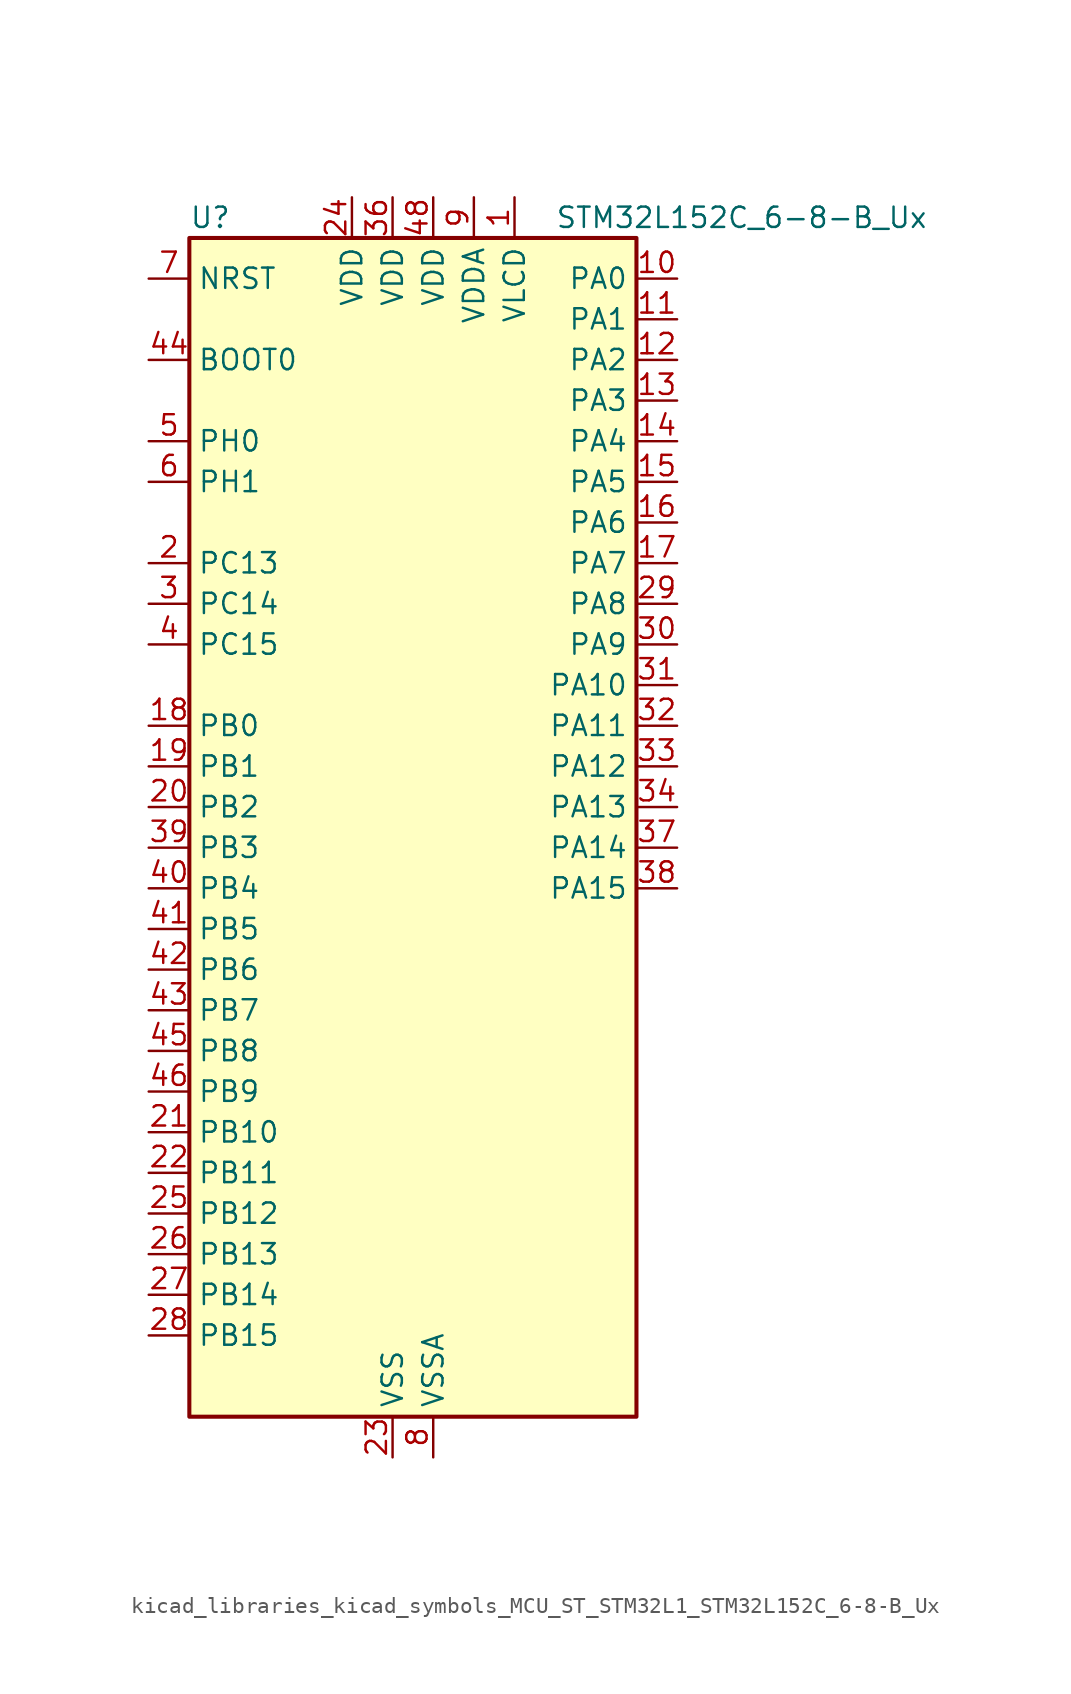
<source format=kicad_sym>
(kicad_symbol_lib
  (version 20220914)
  (generator kicad_symbol_editor)
  (symbol "kicad_libraries_kicad_symbols_MCU_ST_STM32L1_STM32L152C_6-8-B_Ux"
    (property "Reference" "U"
      (at -12.7 39.37 0)
      (effects (font (size 1.27 1.27)) (justify left)))
    (property "Value" "STM32L152C_6-8-B_Ux"
      (at 10.16 39.37 0)
      (effects (font (size 1.27 1.27)) (justify left)))
    (property "ki_locked" ""
      (at 0 0 0)
      (effects (font (size 1.27 1.27))))
    (symbol "kicad_libraries_kicad_symbols_MCU_ST_STM32L1_STM32L152C_6-8-B_Ux_0_1"
      (rectangle (start -12.7 -35.56) (end 15.24 38.1) (stroke (width 0.254) (type default)) (fill (type background))))
    (symbol "kicad_libraries_kicad_symbols_MCU_ST_STM32L1_STM32L152C_6-8-B_Ux_1_1"
      (pin power_in line (at 7.62 40.64 270) (length 2.54) (name "VLCD" (effects (font (size 1.27 1.27)))) (number "1" (effects (font (size 1.27 1.27)))))
      (pin bidirectional line (at 17.78 35.56 180) (length 2.54) (name "PA0" (effects (font (size 1.27 1.27)))) (number "10" (effects (font (size 1.27 1.27)))) (alternate "ADC_IN0" bidirectional line) (alternate "COMP1_INP" bidirectional line) (alternate "SYS_WKUP1" bidirectional line) (alternate "TIM2_CH1" bidirectional line) (alternate "TIM2_ETR" bidirectional line) (alternate "TIMX_IC1" bidirectional line) (alternate "TS_G1_IO1" bidirectional line) (alternate "USART2_CTS" bidirectional line))
      (pin bidirectional line (at 17.78 33.02 180) (length 2.54) (name "PA1" (effects (font (size 1.27 1.27)))) (number "11" (effects (font (size 1.27 1.27)))) (alternate "ADC_IN1" bidirectional line) (alternate "COMP1_INP" bidirectional line) (alternate "LCD_SEG0" bidirectional line) (alternate "TIM2_CH2" bidirectional line) (alternate "TIMX_IC2" bidirectional line) (alternate "TS_G1_IO2" bidirectional line) (alternate "USART2_RTS" bidirectional line))
      (pin bidirectional line (at 17.78 30.48 180) (length 2.54) (name "PA2" (effects (font (size 1.27 1.27)))) (number "12" (effects (font (size 1.27 1.27)))) (alternate "ADC_IN2" bidirectional line) (alternate "COMP1_INP" bidirectional line) (alternate "LCD_SEG1" bidirectional line) (alternate "TIM2_CH3" bidirectional line) (alternate "TIM9_CH1" bidirectional line) (alternate "TIMX_IC3" bidirectional line) (alternate "TS_G1_IO3" bidirectional line) (alternate "USART2_TX" bidirectional line))
      (pin bidirectional line (at 17.78 27.94 180) (length 2.54) (name "PA3" (effects (font (size 1.27 1.27)))) (number "13" (effects (font (size 1.27 1.27)))) (alternate "ADC_IN3" bidirectional line) (alternate "COMP1_INP" bidirectional line) (alternate "LCD_SEG2" bidirectional line) (alternate "TIM2_CH4" bidirectional line) (alternate "TIM9_CH2" bidirectional line) (alternate "TIMX_IC4" bidirectional line) (alternate "TS_G1_IO4" bidirectional line) (alternate "USART2_RX" bidirectional line))
      (pin bidirectional line (at 17.78 25.4 180) (length 2.54) (name "PA4" (effects (font (size 1.27 1.27)))) (number "14" (effects (font (size 1.27 1.27)))) (alternate "ADC_IN4" bidirectional line) (alternate "COMP1_INP" bidirectional line) (alternate "DAC_OUT1" bidirectional line) (alternate "SPI1_NSS" bidirectional line) (alternate "TIMX_IC1" bidirectional line) (alternate "USART2_CK" bidirectional line))
      (pin bidirectional line (at 17.78 22.86 180) (length 2.54) (name "PA5" (effects (font (size 1.27 1.27)))) (number "15" (effects (font (size 1.27 1.27)))) (alternate "ADC_IN5" bidirectional line) (alternate "COMP1_INP" bidirectional line) (alternate "DAC_OUT2" bidirectional line) (alternate "SPI1_SCK" bidirectional line) (alternate "TIM2_CH1" bidirectional line) (alternate "TIM2_ETR" bidirectional line) (alternate "TIMX_IC2" bidirectional line))
      (pin bidirectional line (at 17.78 20.32 180) (length 2.54) (name "PA6" (effects (font (size 1.27 1.27)))) (number "16" (effects (font (size 1.27 1.27)))) (alternate "ADC_IN6" bidirectional line) (alternate "COMP1_INP" bidirectional line) (alternate "LCD_SEG3" bidirectional line) (alternate "SPI1_MISO" bidirectional line) (alternate "TIM10_CH1" bidirectional line) (alternate "TIM3_CH1" bidirectional line) (alternate "TIMX_IC3" bidirectional line) (alternate "TS_G2_IO1" bidirectional line))
      (pin bidirectional line (at 17.78 17.78 180) (length 2.54) (name "PA7" (effects (font (size 1.27 1.27)))) (number "17" (effects (font (size 1.27 1.27)))) (alternate "ADC_IN7" bidirectional line) (alternate "COMP1_INP" bidirectional line) (alternate "LCD_SEG4" bidirectional line) (alternate "SPI1_MOSI" bidirectional line) (alternate "TIM11_CH1" bidirectional line) (alternate "TIM3_CH2" bidirectional line) (alternate "TIMX_IC4" bidirectional line) (alternate "TS_G2_IO2" bidirectional line))
      (pin bidirectional line (at -15.24 7.62 0) (length 2.54) (name "PB0" (effects (font (size 1.27 1.27)))) (number "18" (effects (font (size 1.27 1.27)))) (alternate "ADC_IN8" bidirectional line) (alternate "COMP1_INP" bidirectional line) (alternate "LCD_SEG5" bidirectional line) (alternate "SYS_V_REF_OUT" bidirectional line) (alternate "TIM3_CH3" bidirectional line) (alternate "TS_G3_IO1" bidirectional line))
      (pin bidirectional line (at -15.24 5.08 0) (length 2.54) (name "PB1" (effects (font (size 1.27 1.27)))) (number "19" (effects (font (size 1.27 1.27)))) (alternate "ADC_IN9" bidirectional line) (alternate "COMP1_INP" bidirectional line) (alternate "LCD_SEG6" bidirectional line) (alternate "SYS_V_REF_OUT" bidirectional line) (alternate "TIM3_CH4" bidirectional line) (alternate "TS_G3_IO2" bidirectional line))
      (pin bidirectional line (at -15.24 17.78 0) (length 2.54) (name "PC13" (effects (font (size 1.27 1.27)))) (number "2" (effects (font (size 1.27 1.27)))) (alternate "RTC_OUT_ALARM" bidirectional line) (alternate "RTC_OUT_CALIB" bidirectional line) (alternate "RTC_TAMP1" bidirectional line) (alternate "RTC_TS" bidirectional line) (alternate "SYS_WKUP2" bidirectional line) (alternate "TIMX_IC2" bidirectional line))
      (pin bidirectional line (at -15.24 2.54 0) (length 2.54) (name "PB2" (effects (font (size 1.27 1.27)))) (number "20" (effects (font (size 1.27 1.27)))))
      (pin bidirectional line (at -15.24 -17.78 0) (length 2.54) (name "PB10" (effects (font (size 1.27 1.27)))) (number "21" (effects (font (size 1.27 1.27)))) (alternate "I2C2_SCL" bidirectional line) (alternate "LCD_SEG10" bidirectional line) (alternate "TIM2_CH3" bidirectional line) (alternate "USART3_TX" bidirectional line))
      (pin bidirectional line (at -15.24 -20.32 0) (length 2.54) (name "PB11" (effects (font (size 1.27 1.27)))) (number "22" (effects (font (size 1.27 1.27)))) (alternate "ADC_EXTI11" bidirectional line) (alternate "I2C2_SDA" bidirectional line) (alternate "LCD_SEG11" bidirectional line) (alternate "TIM2_CH4" bidirectional line) (alternate "USART3_RX" bidirectional line))
      (pin power_in line (at 0 -38.1 90) (length 2.54) (name "VSS" (effects (font (size 1.27 1.27)))) (number "23" (effects (font (size 1.27 1.27)))))
      (pin power_in line (at -2.54 40.64 270) (length 2.54) (name "VDD" (effects (font (size 1.27 1.27)))) (number "24" (effects (font (size 1.27 1.27)))))
      (pin bidirectional line (at -15.24 -22.86 0) (length 2.54) (name "PB12" (effects (font (size 1.27 1.27)))) (number "25" (effects (font (size 1.27 1.27)))) (alternate "ADC_IN18" bidirectional line) (alternate "COMP1_INP" bidirectional line) (alternate "I2C2_SMBA" bidirectional line) (alternate "LCD_SEG12" bidirectional line) (alternate "SPI2_NSS" bidirectional line) (alternate "TIM10_CH1" bidirectional line) (alternate "TS_G7_IO1" bidirectional line) (alternate "USART3_CK" bidirectional line))
      (pin bidirectional line (at -15.24 -25.4 0) (length 2.54) (name "PB13" (effects (font (size 1.27 1.27)))) (number "26" (effects (font (size 1.27 1.27)))) (alternate "ADC_IN19" bidirectional line) (alternate "COMP1_INP" bidirectional line) (alternate "LCD_SEG13" bidirectional line) (alternate "SPI2_SCK" bidirectional line) (alternate "TIM9_CH1" bidirectional line) (alternate "TS_G7_IO2" bidirectional line) (alternate "USART3_CTS" bidirectional line))
      (pin bidirectional line (at -15.24 -27.94 0) (length 2.54) (name "PB14" (effects (font (size 1.27 1.27)))) (number "27" (effects (font (size 1.27 1.27)))) (alternate "ADC_IN20" bidirectional line) (alternate "COMP1_INP" bidirectional line) (alternate "LCD_SEG14" bidirectional line) (alternate "SPI2_MISO" bidirectional line) (alternate "TIM9_CH2" bidirectional line) (alternate "TS_G7_IO3" bidirectional line) (alternate "USART3_RTS" bidirectional line))
      (pin bidirectional line (at -15.24 -30.48 0) (length 2.54) (name "PB15" (effects (font (size 1.27 1.27)))) (number "28" (effects (font (size 1.27 1.27)))) (alternate "ADC_EXTI15" bidirectional line) (alternate "ADC_IN21" bidirectional line) (alternate "COMP1_INP" bidirectional line) (alternate "LCD_SEG15" bidirectional line) (alternate "RTC_REFIN" bidirectional line) (alternate "SPI2_MOSI" bidirectional line) (alternate "TIM11_CH1" bidirectional line) (alternate "TS_G7_IO4" bidirectional line))
      (pin bidirectional line (at 17.78 15.24 180) (length 2.54) (name "PA8" (effects (font (size 1.27 1.27)))) (number "29" (effects (font (size 1.27 1.27)))) (alternate "LCD_COM0" bidirectional line) (alternate "RCC_MCO" bidirectional line) (alternate "TIMX_IC1" bidirectional line) (alternate "TS_G4_IO1" bidirectional line) (alternate "USART1_CK" bidirectional line))
      (pin bidirectional line (at -15.24 15.24 0) (length 2.54) (name "PC14" (effects (font (size 1.27 1.27)))) (number "3" (effects (font (size 1.27 1.27)))) (alternate "RCC_OSC32_IN" bidirectional line) (alternate "TIMX_IC3" bidirectional line))
      (pin bidirectional line (at 17.78 12.7 180) (length 2.54) (name "PA9" (effects (font (size 1.27 1.27)))) (number "30" (effects (font (size 1.27 1.27)))) (alternate "DAC_EXTI9" bidirectional line) (alternate "LCD_COM1" bidirectional line) (alternate "TIMX_IC2" bidirectional line) (alternate "TS_G4_IO2" bidirectional line) (alternate "USART1_TX" bidirectional line))
      (pin bidirectional line (at 17.78 10.16 180) (length 2.54) (name "PA10" (effects (font (size 1.27 1.27)))) (number "31" (effects (font (size 1.27 1.27)))) (alternate "LCD_COM2" bidirectional line) (alternate "TIMX_IC3" bidirectional line) (alternate "TS_G4_IO3" bidirectional line) (alternate "USART1_RX" bidirectional line))
      (pin bidirectional line (at 17.78 7.62 180) (length 2.54) (name "PA11" (effects (font (size 1.27 1.27)))) (number "32" (effects (font (size 1.27 1.27)))) (alternate "ADC_EXTI11" bidirectional line) (alternate "SPI1_MISO" bidirectional line) (alternate "TIMX_IC4" bidirectional line) (alternate "USART1_CTS" bidirectional line) (alternate "USB_DM" bidirectional line))
      (pin bidirectional line (at 17.78 5.08 180) (length 2.54) (name "PA12" (effects (font (size 1.27 1.27)))) (number "33" (effects (font (size 1.27 1.27)))) (alternate "SPI1_MOSI" bidirectional line) (alternate "TIMX_IC1" bidirectional line) (alternate "USART1_RTS" bidirectional line) (alternate "USB_DP" bidirectional line))
      (pin bidirectional line (at 17.78 2.54 180) (length 2.54) (name "PA13" (effects (font (size 1.27 1.27)))) (number "34" (effects (font (size 1.27 1.27)))) (alternate "SYS_JTMS-SWDIO" bidirectional line) (alternate "TIMX_IC2" bidirectional line) (alternate "TS_G5_IO1" bidirectional line))
      (pin passive line (at 0 -38.1 90) (length 2.54) hide (name "VSS" (effects (font (size 1.27 1.27)))) (number "35" (effects (font (size 1.27 1.27)))))
      (pin power_in line (at 0 40.64 270) (length 2.54) (name "VDD" (effects (font (size 1.27 1.27)))) (number "36" (effects (font (size 1.27 1.27)))))
      (pin bidirectional line (at 17.78 0 180) (length 2.54) (name "PA14" (effects (font (size 1.27 1.27)))) (number "37" (effects (font (size 1.27 1.27)))) (alternate "SYS_JTCK-SWCLK" bidirectional line) (alternate "TIMX_IC3" bidirectional line) (alternate "TS_G5_IO2" bidirectional line))
      (pin bidirectional line (at 17.78 -2.54 180) (length 2.54) (name "PA15" (effects (font (size 1.27 1.27)))) (number "38" (effects (font (size 1.27 1.27)))) (alternate "ADC_EXTI15" bidirectional line) (alternate "LCD_SEG17" bidirectional line) (alternate "SPI1_NSS" bidirectional line) (alternate "SYS_JTDI" bidirectional line) (alternate "TIM2_CH1" bidirectional line) (alternate "TIM2_ETR" bidirectional line) (alternate "TIMX_IC4" bidirectional line) (alternate "TS_G5_IO3" bidirectional line))
      (pin bidirectional line (at -15.24 0 0) (length 2.54) (name "PB3" (effects (font (size 1.27 1.27)))) (number "39" (effects (font (size 1.27 1.27)))) (alternate "COMP2_INM" bidirectional line) (alternate "LCD_SEG7" bidirectional line) (alternate "SPI1_SCK" bidirectional line) (alternate "SYS_JTDO-TRACESWO" bidirectional line) (alternate "TIM2_CH2" bidirectional line))
      (pin bidirectional line (at -15.24 12.7 0) (length 2.54) (name "PC15" (effects (font (size 1.27 1.27)))) (number "4" (effects (font (size 1.27 1.27)))) (alternate "ADC_EXTI15" bidirectional line) (alternate "RCC_OSC32_OUT" bidirectional line) (alternate "TIMX_IC4" bidirectional line))
      (pin bidirectional line (at -15.24 -2.54 0) (length 2.54) (name "PB4" (effects (font (size 1.27 1.27)))) (number "40" (effects (font (size 1.27 1.27)))) (alternate "COMP2_INP" bidirectional line) (alternate "LCD_SEG8" bidirectional line) (alternate "SPI1_MISO" bidirectional line) (alternate "SYS_JTRST" bidirectional line) (alternate "TIM3_CH1" bidirectional line) (alternate "TS_G6_IO1" bidirectional line))
      (pin bidirectional line (at -15.24 -5.08 0) (length 2.54) (name "PB5" (effects (font (size 1.27 1.27)))) (number "41" (effects (font (size 1.27 1.27)))) (alternate "COMP2_INP" bidirectional line) (alternate "I2C1_SMBA" bidirectional line) (alternate "LCD_SEG9" bidirectional line) (alternate "SPI1_MOSI" bidirectional line) (alternate "TIM3_CH2" bidirectional line) (alternate "TS_G6_IO2" bidirectional line))
      (pin bidirectional line (at -15.24 -7.62 0) (length 2.54) (name "PB6" (effects (font (size 1.27 1.27)))) (number "42" (effects (font (size 1.27 1.27)))) (alternate "I2C1_SCL" bidirectional line) (alternate "TIM4_CH1" bidirectional line) (alternate "USART1_TX" bidirectional line))
      (pin bidirectional line (at -15.24 -10.16 0) (length 2.54) (name "PB7" (effects (font (size 1.27 1.27)))) (number "43" (effects (font (size 1.27 1.27)))) (alternate "I2C1_SDA" bidirectional line) (alternate "SYS_PVD_IN" bidirectional line) (alternate "TIM4_CH2" bidirectional line) (alternate "USART1_RX" bidirectional line))
      (pin input line (at -15.24 30.48 0) (length 2.54) (name "BOOT0" (effects (font (size 1.27 1.27)))) (number "44" (effects (font (size 1.27 1.27)))))
      (pin bidirectional line (at -15.24 -12.7 0) (length 2.54) (name "PB8" (effects (font (size 1.27 1.27)))) (number "45" (effects (font (size 1.27 1.27)))) (alternate "I2C1_SCL" bidirectional line) (alternate "LCD_SEG16" bidirectional line) (alternate "TIM10_CH1" bidirectional line) (alternate "TIM4_CH3" bidirectional line))
      (pin bidirectional line (at -15.24 -15.24 0) (length 2.54) (name "PB9" (effects (font (size 1.27 1.27)))) (number "46" (effects (font (size 1.27 1.27)))) (alternate "DAC_EXTI9" bidirectional line) (alternate "I2C1_SDA" bidirectional line) (alternate "LCD_COM3" bidirectional line) (alternate "TIM11_CH1" bidirectional line) (alternate "TIM4_CH4" bidirectional line))
      (pin passive line (at 0 -38.1 90) (length 2.54) hide (name "VSS" (effects (font (size 1.27 1.27)))) (number "47" (effects (font (size 1.27 1.27)))))
      (pin power_in line (at 2.54 40.64 270) (length 2.54) (name "VDD" (effects (font (size 1.27 1.27)))) (number "48" (effects (font (size 1.27 1.27)))))
      (pin passive line (at 0 -38.1 90) (length 2.54) hide (name "VSS" (effects (font (size 1.27 1.27)))) (number "49" (effects (font (size 1.27 1.27)))))
      (pin bidirectional line (at -15.24 25.4 0) (length 2.54) (name "PH0" (effects (font (size 1.27 1.27)))) (number "5" (effects (font (size 1.27 1.27)))) (alternate "RCC_OSC_IN" bidirectional line))
      (pin bidirectional line (at -15.24 22.86 0) (length 2.54) (name "PH1" (effects (font (size 1.27 1.27)))) (number "6" (effects (font (size 1.27 1.27)))) (alternate "RCC_OSC_OUT" bidirectional line))
      (pin input line (at -15.24 35.56 0) (length 2.54) (name "NRST" (effects (font (size 1.27 1.27)))) (number "7" (effects (font (size 1.27 1.27)))))
      (pin power_in line (at 2.54 -38.1 90) (length 2.54) (name "VSSA" (effects (font (size 1.27 1.27)))) (number "8" (effects (font (size 1.27 1.27)))))
      (pin power_in line (at 5.08 40.64 270) (length 2.54) (name "VDDA" (effects (font (size 1.27 1.27)))) (number "9" (effects (font (size 1.27 1.27))))))))
</source>
